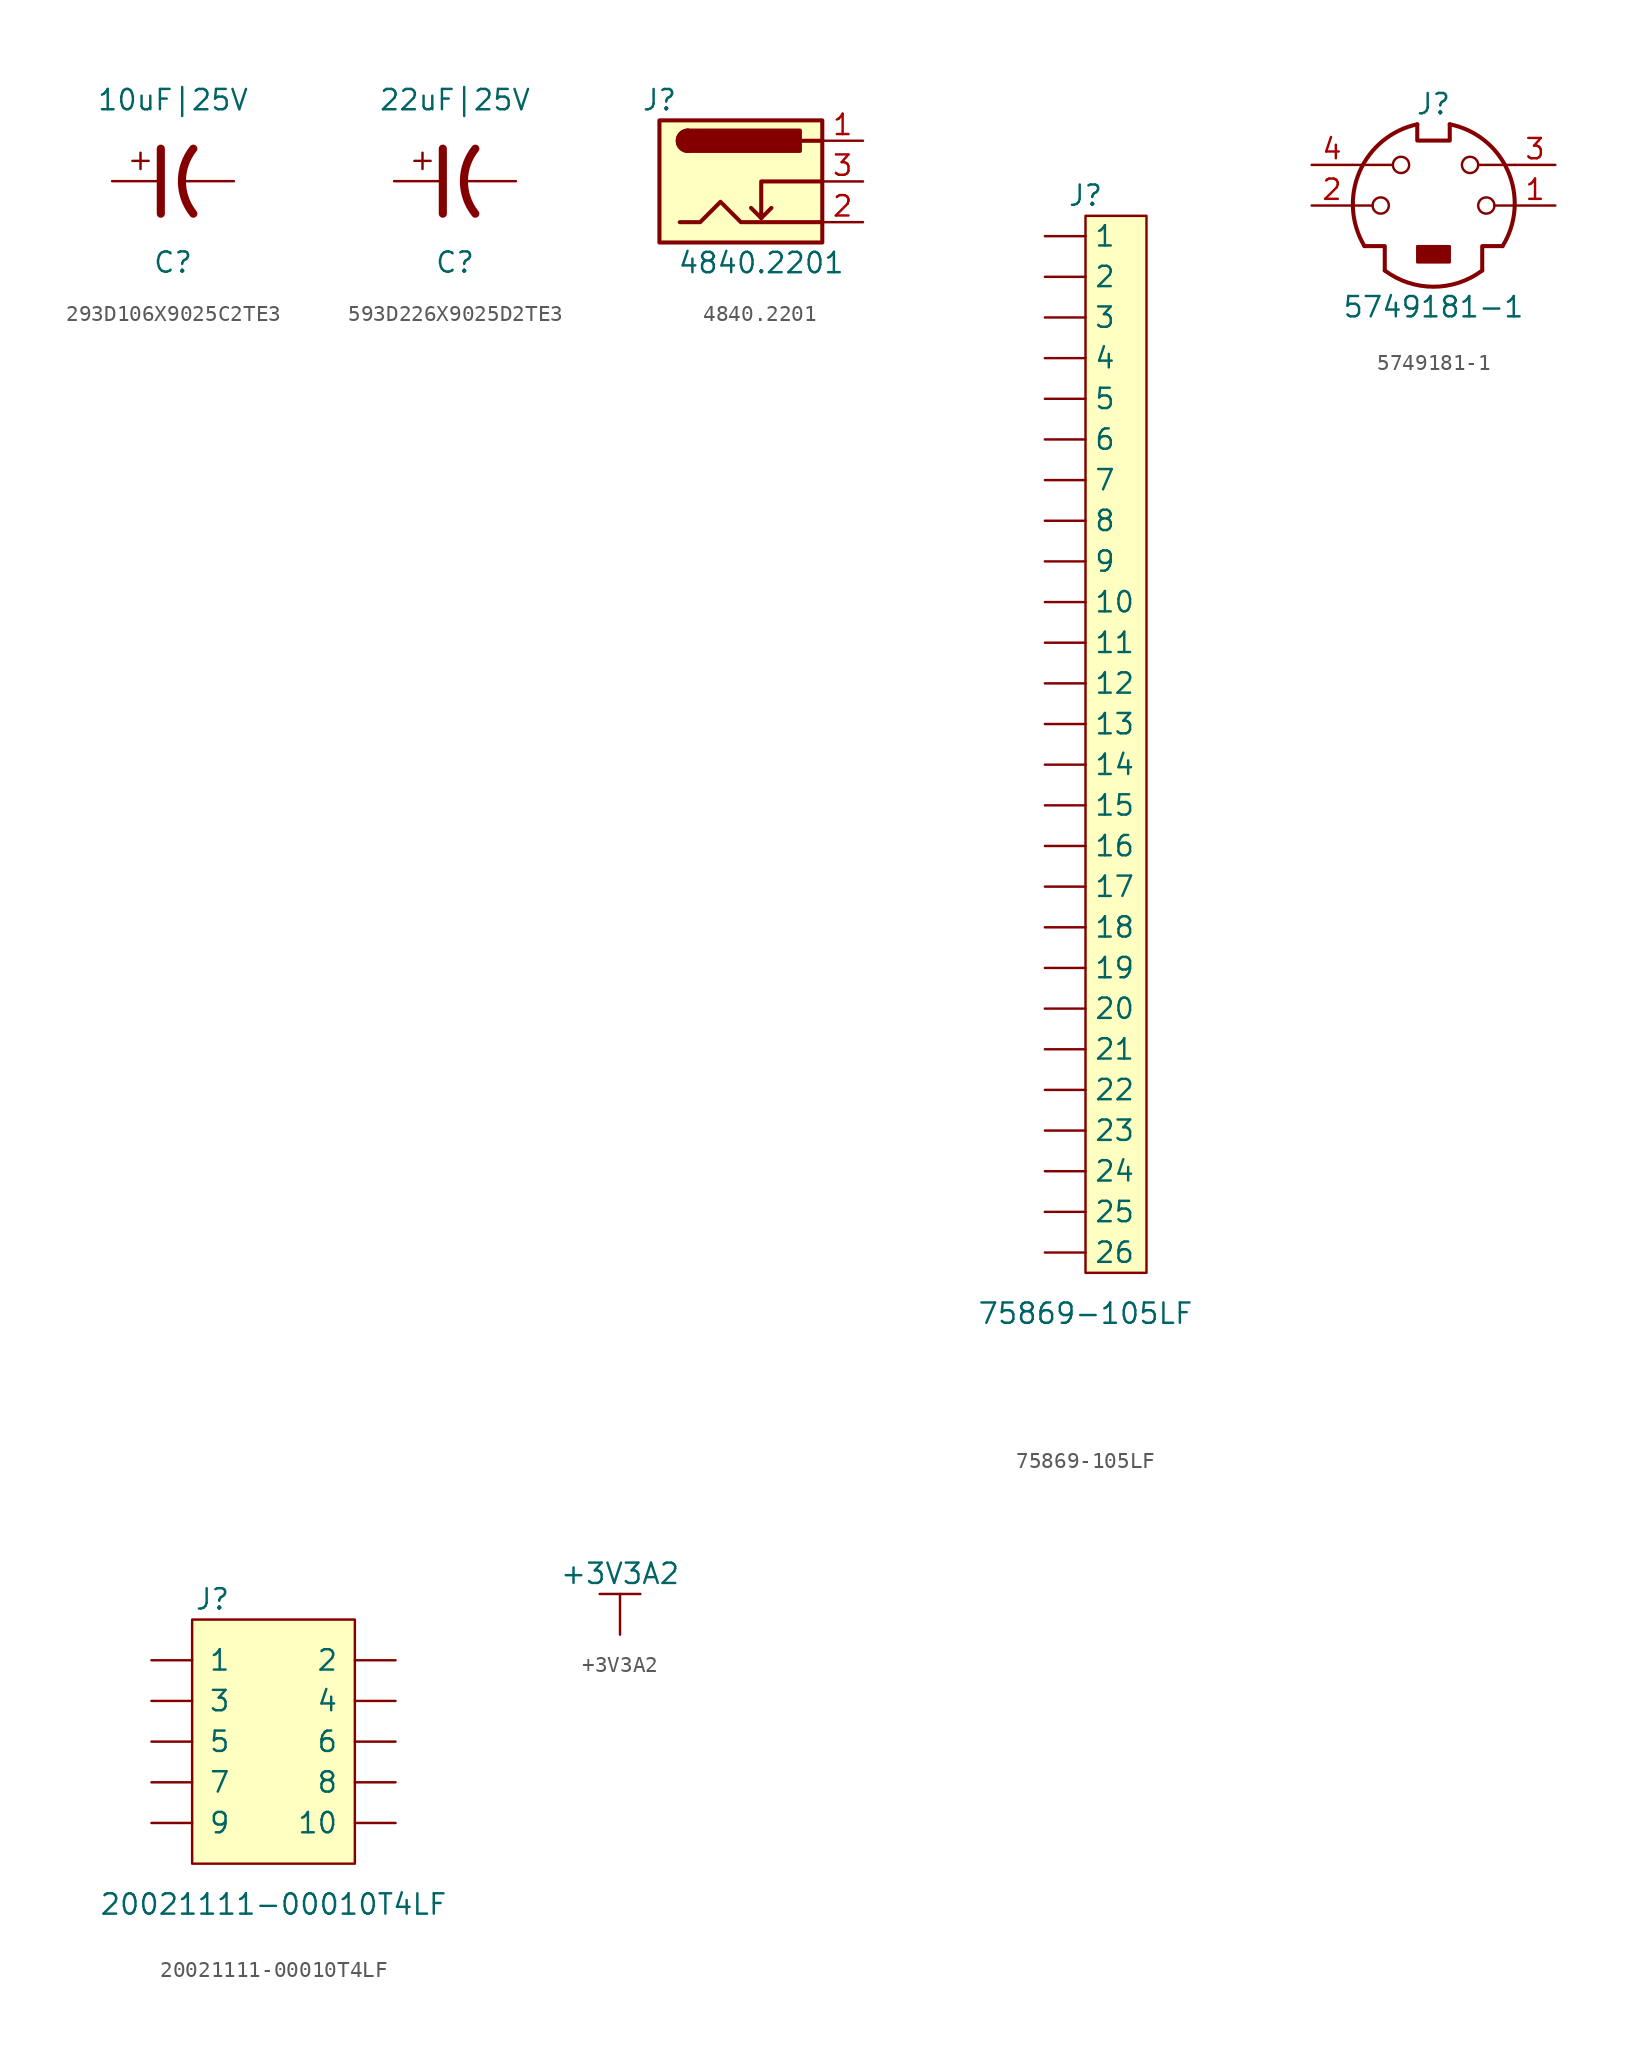
<source format=kicad_sym>
(kicad_symbol_lib
  (version 20220914)
  (generator kicad_symbol_editor)
  (symbol "293D106X9025C2TE3"
    (pin_numbers hide)
    (pin_names
      (offset 1.016) hide)
    (property "Reference" "C"
      (at 0 -5.08 0)
      (effects (font (size 1.27 1.27))))
    (property "Value" "10uF|25V"
      (at 0 5.08 0)
      (effects (font (size 1.27 1.27))))
    (symbol "293D106X9025C2TE3_0_1"
      (polyline (pts (xy -2.54 1.27) (xy -1.524 1.27)) (stroke (width 0) (type default)) (fill (type none)))
      (polyline (pts (xy -2.032 0.762) (xy -2.032 1.778)) (stroke (width 0) (type default)) (fill (type none)))
      (polyline (pts (xy -0.762 -2.032) (xy -0.762 2.032)) (stroke (width 0.508) (type default)) (fill (type none)))
      (arc (start 1.27 2.032) (mid 0.5572 0) (end 1.27 -2.032) (stroke (width 0.508) (type default)) (fill (type none))))
    (symbol "293D106X9025C2TE3_1_1"
      (pin passive line (at -3.81 0 0) (length 2.794) (name "~" (effects (font (size 1.27 1.27)))) (number "1" (effects (font (size 1.27 1.27)))))
      (pin passive line (at 3.81 0 180) (length 3.302) (name "~" (effects (font (size 1.27 1.27)))) (number "2" (effects (font (size 1.27 1.27)))))))
  (symbol "593D226X9025D2TE3"
    (pin_numbers hide)
    (pin_names
      (offset 1.016) hide)
    (property "Reference" "C"
      (at 0 -5.08 0)
      (effects (font (size 1.27 1.27))))
    (property "Value" "22uF|25V"
      (at 0 5.08 0)
      (effects (font (size 1.27 1.27))))
    (symbol "593D226X9025D2TE3_0_1"
      (polyline (pts (xy -2.54 1.27) (xy -1.524 1.27)) (stroke (width 0) (type default)) (fill (type none)))
      (polyline (pts (xy -2.032 0.762) (xy -2.032 1.778)) (stroke (width 0) (type default)) (fill (type none)))
      (polyline (pts (xy -0.762 -2.032) (xy -0.762 2.032)) (stroke (width 0.508) (type default)) (fill (type none)))
      (arc (start 1.27 2.032) (mid 0.5572 0) (end 1.27 -2.032) (stroke (width 0.508) (type default)) (fill (type none))))
    (symbol "593D226X9025D2TE3_1_1"
      (pin passive line (at -3.81 0 0) (length 2.794) (name "~" (effects (font (size 1.27 1.27)))) (number "1" (effects (font (size 1.27 1.27)))))
      (pin passive line (at 3.81 0 180) (length 3.302) (name "~" (effects (font (size 1.27 1.27)))) (number "2" (effects (font (size 1.27 1.27)))))))
  (symbol "4840.2201"
    (property "Reference" "J"
      (at -6.35 5.08 0)
      (effects (font (size 1.27 1.27))))
    (property "Value" "4840.2201"
      (at 0 -5.08 0)
      (effects (font (size 1.27 1.27))))
    (symbol "4840.2201_0_1"
      (rectangle (start -6.35 3.81) (end 3.81 -3.81) (stroke (width 0.254) (type default)) (fill (type background)))
      (arc (start -4.572 3.175) (mid -5.2043 2.54) (end -4.572 1.905) (stroke (width 0.254) (type default)) (fill (type none)))
      (arc (start -4.572 3.175) (mid -5.2043 2.54) (end -4.572 1.905) (stroke (width 0.254) (type default)) (fill (type outline)))
      (polyline (pts (xy 0 -2.286) (xy 0.635 -1.651)) (stroke (width 0.254) (type default)) (fill (type none)))
      (polyline (pts (xy 3.81 2.54) (xy 2.54 2.54)) (stroke (width 0.254) (type default)) (fill (type none)))
      (polyline (pts (xy 3.81 0) (xy 0 0) (xy 0 -2.286) (xy -0.635 -1.651)) (stroke (width 0.254) (type default)) (fill (type none)))
      (polyline (pts (xy -5.08 -2.54) (xy -3.81 -2.54) (xy -2.54 -1.27) (xy -1.27 -2.54) (xy 1.27 -2.54) (xy 3.81 -2.54)) (stroke (width 0.254) (type default)) (fill (type none)))
      (rectangle (start 2.413 3.175) (end -4.572 1.905) (stroke (width 0.254) (type default)) (fill (type outline))))
    (symbol "4840.2201_1_1"
      (pin passive line (at 6.35 2.54 180) (length 2.54) (name "~" (effects (font (size 1.27 1.27)))) (number "1" (effects (font (size 1.27 1.27)))))
      (pin passive line (at 6.35 -2.54 180) (length 2.54) (name "~" (effects (font (size 1.27 1.27)))) (number "2" (effects (font (size 1.27 1.27)))))
      (pin passive line (at 6.35 0 180) (length 2.54) (name "~" (effects (font (size 1.27 1.27)))) (number "3" (effects (font (size 1.27 1.27)))))))
  (symbol "75869-105LF"
    (pin_numbers hide)
    (property "Reference" "J"
      (at 0 33.02 0)
      (effects (font (size 1.27 1.27))))
    (property "Value" "75869-105LF"
      (at 0 -36.83 0)
      (effects (font (size 1.27 1.27))))
    (symbol "75869-105LF_0_0"
      (pin passive line (at -2.54 30.48 0) (length 2.54) (name "1" (effects (font (size 1.27 1.27)))) (number "1" (effects (font (size 1.27 1.27)))))
      (pin passive line (at -2.54 7.62 0) (length 2.54) (name "10" (effects (font (size 1.27 1.27)))) (number "10" (effects (font (size 1.27 1.27)))))
      (pin passive line (at -2.54 5.08 0) (length 2.54) (name "11" (effects (font (size 1.27 1.27)))) (number "11" (effects (font (size 1.27 1.27)))))
      (pin passive line (at -2.54 2.54 0) (length 2.54) (name "12" (effects (font (size 1.27 1.27)))) (number "12" (effects (font (size 1.27 1.27)))))
      (pin passive line (at -2.54 0 0) (length 2.54) (name "13" (effects (font (size 1.27 1.27)))) (number "13" (effects (font (size 1.27 1.27)))))
      (pin passive line (at -2.54 -2.54 0) (length 2.54) (name "14" (effects (font (size 1.27 1.27)))) (number "14" (effects (font (size 1.27 1.27)))))
      (pin passive line (at -2.54 -5.08 0) (length 2.54) (name "15" (effects (font (size 1.27 1.27)))) (number "15" (effects (font (size 1.27 1.27)))))
      (pin passive line (at -2.54 -7.62 0) (length 2.54) (name "16" (effects (font (size 1.27 1.27)))) (number "16" (effects (font (size 1.27 1.27)))))
      (pin passive line (at -2.54 -10.16 0) (length 2.54) (name "17" (effects (font (size 1.27 1.27)))) (number "17" (effects (font (size 1.27 1.27)))))
      (pin passive line (at -2.54 -12.7 0) (length 2.54) (name "18" (effects (font (size 1.27 1.27)))) (number "18" (effects (font (size 1.27 1.27)))))
      (pin passive line (at -2.54 -15.24 0) (length 2.54) (name "19" (effects (font (size 1.27 1.27)))) (number "19" (effects (font (size 1.27 1.27)))))
      (pin passive line (at -2.54 27.94 0) (length 2.54) (name "2" (effects (font (size 1.27 1.27)))) (number "2" (effects (font (size 1.27 1.27)))))
      (pin passive line (at -2.54 -17.78 0) (length 2.54) (name "20" (effects (font (size 1.27 1.27)))) (number "20" (effects (font (size 1.27 1.27)))))
      (pin passive line (at -2.54 -20.32 0) (length 2.54) (name "21" (effects (font (size 1.27 1.27)))) (number "21" (effects (font (size 1.27 1.27)))))
      (pin passive line (at -2.54 -22.86 0) (length 2.54) (name "22" (effects (font (size 1.27 1.27)))) (number "22" (effects (font (size 1.27 1.27)))))
      (pin passive line (at -2.54 -25.4 0) (length 2.54) (name "23" (effects (font (size 1.27 1.27)))) (number "23" (effects (font (size 1.27 1.27)))))
      (pin passive line (at -2.54 -27.94 0) (length 2.54) (name "24" (effects (font (size 1.27 1.27)))) (number "24" (effects (font (size 1.27 1.27)))))
      (pin passive line (at -2.54 -30.48 0) (length 2.54) (name "25" (effects (font (size 1.27 1.27)))) (number "25" (effects (font (size 1.27 1.27)))))
      (pin passive line (at -2.54 -33.02 0) (length 2.54) (name "26" (effects (font (size 1.27 1.27)))) (number "26" (effects (font (size 1.27 1.27)))))
      (pin passive line (at -2.54 25.4 0) (length 2.54) (name "3" (effects (font (size 1.27 1.27)))) (number "3" (effects (font (size 1.27 1.27)))))
      (pin passive line (at -2.54 22.86 0) (length 2.54) (name "4" (effects (font (size 1.27 1.27)))) (number "4" (effects (font (size 1.27 1.27)))))
      (pin passive line (at -2.54 20.32 0) (length 2.54) (name "5" (effects (font (size 1.27 1.27)))) (number "5" (effects (font (size 1.27 1.27)))))
      (pin passive line (at -2.54 17.78 0) (length 2.54) (name "6" (effects (font (size 1.27 1.27)))) (number "6" (effects (font (size 1.27 1.27)))))
      (pin passive line (at -2.54 15.24 0) (length 2.54) (name "7" (effects (font (size 1.27 1.27)))) (number "7" (effects (font (size 1.27 1.27)))))
      (pin passive line (at -2.54 12.7 0) (length 2.54) (name "8" (effects (font (size 1.27 1.27)))) (number "8" (effects (font (size 1.27 1.27)))))
      (pin passive line (at -2.54 10.16 0) (length 2.54) (name "9" (effects (font (size 1.27 1.27)))) (number "9" (effects (font (size 1.27 1.27))))))
    (symbol "75869-105LF_1_1"
      (rectangle (start 0 31.75) (end 3.81 -34.29) (stroke (width 0) (type default)) (fill (type background)))))
  (symbol "5749181-1"
    (pin_names
      (offset 1.016))
    (property "Reference" "J"
      (at 0 6.35 0)
      (effects (font (size 1.27 1.27))))
    (property "Value" "5749181-1"
      (at 0 -6.35 0)
      (effects (font (size 1.27 1.27))))
    (symbol "5749181-1_0_1"
      (circle (center -3.302 0) (radius 0.508) (stroke (width 0) (type default)) (fill (type none)))
      (arc (start -3.048 -4.064) (mid 0 -5.08) (end 3.048 -4.064) (stroke (width 0.254) (type default)) (fill (type none)))
      (circle (center -2.032 2.54) (radius 0.508) (stroke (width 0) (type default)) (fill (type none)))
      (rectangle (start -1.016 -2.54) (end 1.016 -3.556) (stroke (width 0) (type default)) (fill (type outline)))
      (arc (start -1.016 5.08) (mid -4.6228 2.1214) (end -4.318 -2.54) (stroke (width 0.254) (type default)) (fill (type none)))
      (polyline (pts (xy -3.81 0) (xy -5.08 0)) (stroke (width 0) (type default)) (fill (type none)))
      (polyline (pts (xy -2.54 2.54) (xy -5.08 2.54)) (stroke (width 0) (type default)) (fill (type none)))
      (polyline (pts (xy 2.794 2.54) (xy 5.08 2.54)) (stroke (width 0) (type default)) (fill (type none)))
      (polyline (pts (xy 5.08 0) (xy 3.81 0)) (stroke (width 0) (type default)) (fill (type none)))
      (polyline (pts (xy -4.318 -2.54) (xy -3.048 -2.54) (xy -3.048 -4.064)) (stroke (width 0.254) (type default)) (fill (type none)))
      (polyline (pts (xy 4.318 -2.54) (xy 3.048 -2.54) (xy 3.048 -4.064)) (stroke (width 0.254) (type default)) (fill (type none)))
      (polyline (pts (xy -1.016 5.08) (xy -1.016 4.064) (xy 1.016 4.064) (xy 1.016 5.08)) (stroke (width 0.254) (type default)) (fill (type none)))
      (circle (center 2.286 2.54) (radius 0.508) (stroke (width 0) (type default)) (fill (type none)))
      (circle (center 3.302 0) (radius 0.508) (stroke (width 0) (type default)) (fill (type none)))
      (arc (start 4.318 -2.54) (mid 4.6661 2.1322) (end 1.016 5.08) (stroke (width 0.254) (type default)) (fill (type none))))
    (symbol "5749181-1_1_1"
      (pin passive line (at 7.62 0 180) (length 2.54) (name "~" (effects (font (size 1.27 1.27)))) (number "1" (effects (font (size 1.27 1.27)))))
      (pin passive line (at -7.62 0 0) (length 2.54) (name "~" (effects (font (size 1.27 1.27)))) (number "2" (effects (font (size 1.27 1.27)))))
      (pin passive line (at 7.62 2.54 180) (length 2.54) (name "~" (effects (font (size 1.27 1.27)))) (number "3" (effects (font (size 1.27 1.27)))))
      (pin passive line (at -7.62 2.54 0) (length 2.54) (name "~" (effects (font (size 1.27 1.27)))) (number "4" (effects (font (size 1.27 1.27)))))))
  (symbol "20021111-00010T4LF"
    (pin_numbers hide)
    (pin_names
      (offset 1.016))
    (property "Reference" "J"
      (at -3.81 8.89 0)
      (effects (font (size 1.27 1.27))))
    (property "Value" "20021111-00010T4LF"
      (at 0 -10.16 0)
      (effects (font (size 1.27 1.27))))
    (symbol "20021111-00010T4LF_0_1"
      (rectangle (start -5.08 7.62) (end 5.08 -7.62) (stroke (width 0) (type solid)) (fill (type background))))
    (symbol "20021111-00010T4LF_1_1"
      (pin passive line (at -7.62 5.08 0) (length 2.54) (name "1" (effects (font (size 1.27 1.27)))) (number "1" (effects (font (size 1.27 1.27)))))
      (pin passive line (at 7.62 -5.08 180) (length 2.54) (name "10" (effects (font (size 1.27 1.27)))) (number "10" (effects (font (size 1.27 1.27)))))
      (pin passive line (at 7.62 5.08 180) (length 2.54) (name "2" (effects (font (size 1.27 1.27)))) (number "2" (effects (font (size 1.27 1.27)))))
      (pin passive line (at -7.62 2.54 0) (length 2.54) (name "3" (effects (font (size 1.27 1.27)))) (number "3" (effects (font (size 1.27 1.27)))))
      (pin passive line (at 7.62 2.54 180) (length 2.54) (name "4" (effects (font (size 1.27 1.27)))) (number "4" (effects (font (size 1.27 1.27)))))
      (pin passive line (at -7.62 0 0) (length 2.54) (name "5" (effects (font (size 1.27 1.27)))) (number "5" (effects (font (size 1.27 1.27)))))
      (pin passive line (at 7.62 0 180) (length 2.54) (name "6" (effects (font (size 1.27 1.27)))) (number "6" (effects (font (size 1.27 1.27)))))
      (pin passive line (at -7.62 -2.54 0) (length 2.54) (name "7" (effects (font (size 1.27 1.27)))) (number "7" (effects (font (size 1.27 1.27)))))
      (pin passive line (at 7.62 -2.54 180) (length 2.54) (name "8" (effects (font (size 1.27 1.27)))) (number "8" (effects (font (size 1.27 1.27)))))
      (pin passive line (at -7.62 -5.08 0) (length 2.54) (name "9" (effects (font (size 1.27 1.27)))) (number "9" (effects (font (size 1.27 1.27)))))))
  (symbol "+3V3A2"
    (power)
    (pin_numbers hide)
    (pin_names
      (offset 1.016) hide)
    (property "Reference" "#PWR"
      (at 0 -10.16 0)
      (effects (font (size 1.27 1.27)) hide))
    (property "Value" "+3V3A2"
      (at 0 3.81 0)
      (effects (font (size 1.27 1.27))))
    (symbol "+3V3A2_0_1"
      (polyline (pts (xy -1.27 2.54) (xy 1.27 2.54)) (stroke (width 0) (type solid)) (fill (type none)))
      (polyline (pts (xy 0 0) (xy 0 2.54)) (stroke (width 0) (type solid)) (fill (type none))))
    (symbol "+3V3A2_1_1"
      (pin power_in line (at 0 0 90) (length 0) hide (name "+3V3A2" (effects (font (size 1.27 1.27)))) (number "1" (effects (font (size 1.27 1.27))))))))
</source>
